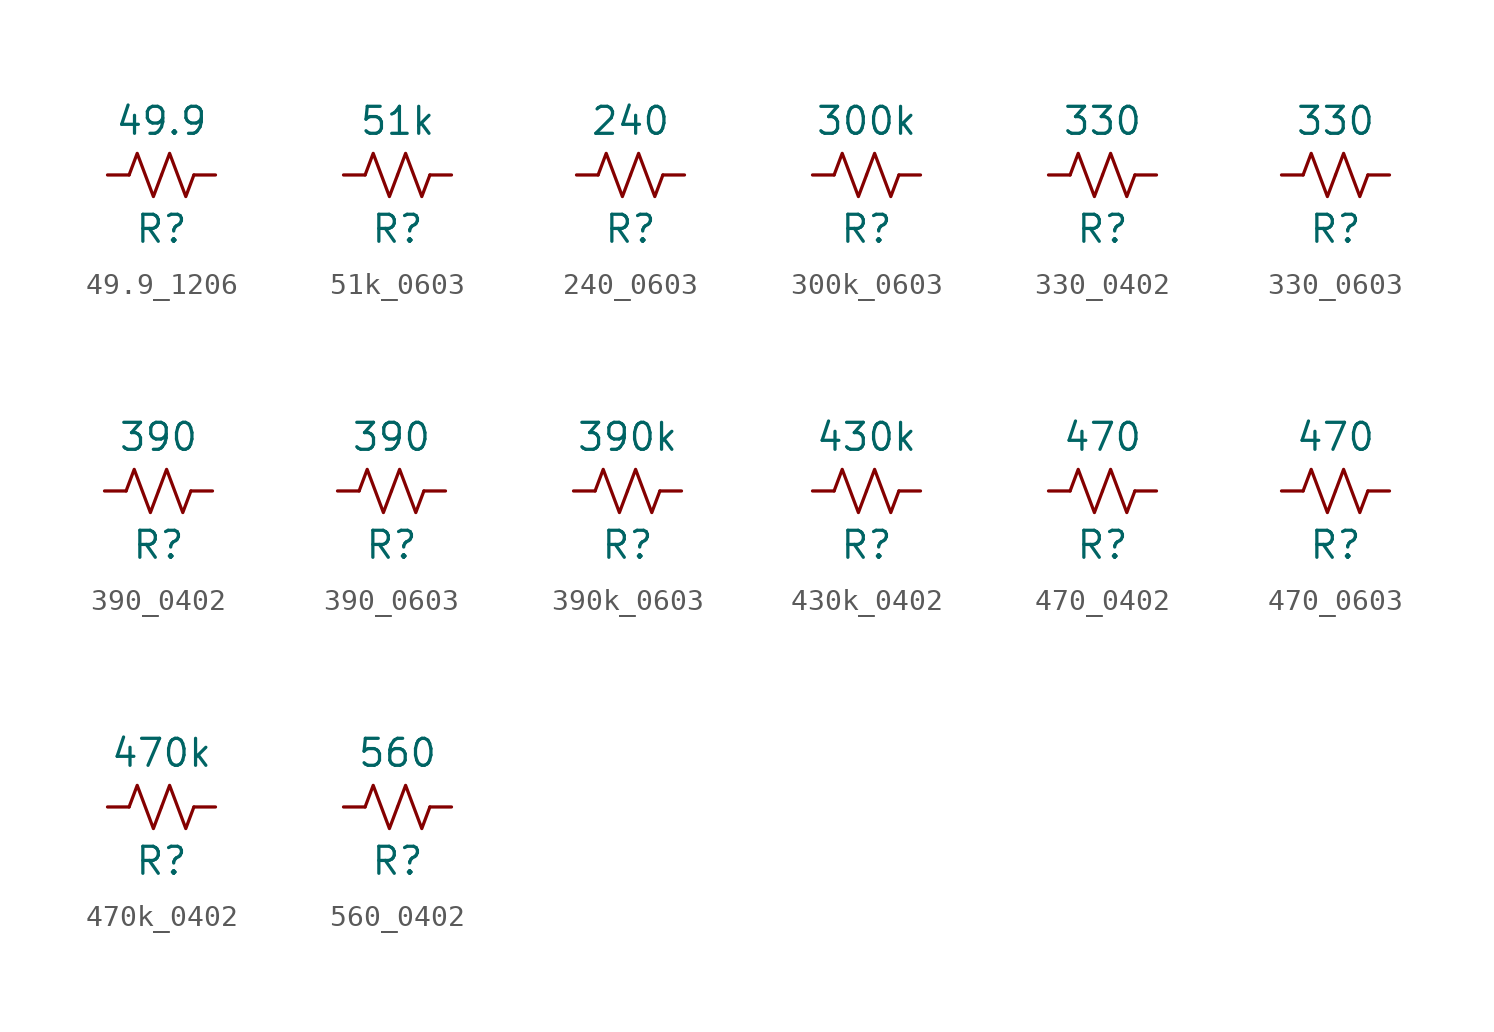
<source format=kicad_sym>
(kicad_symbol_lib
  (version 20241209)
  (generator "kicad_symbol_editor")
  (generator_version "9.0")
  (symbol "49.9_1206"
    (pin_numbers
      (hide yes))
    (pin_names
      (offset 0))
    (property "Reference" "R"
      (at 0 -2.54 0)
      (effects (font (size 1.27 1.27))))
    (property "Value" "49.9"
      (at 0 2.54 0)
      (effects (font (size 1.27 1.27))))
    (symbol "49.9_1206_0_1"
      (polyline (pts (xy -1.524 0) (xy -1.143 1.016) (xy -0.762 0) (xy -0.381 -1.016) (xy 0 0)) (stroke (width 0) (type default)) (fill (type none)))
      (polyline (pts (xy 0 0) (xy 0.381 1.016) (xy 0.762 0) (xy 1.143 -1.016) (xy 1.524 0)) (stroke (width 0) (type default)) (fill (type none))))
    (symbol "49.9_1206_1_1"
      (pin passive line (at -2.54 0 0) (length 1.016) (name "~" (effects (font (size 1.27 1.27)))) (number "1" (effects (font (size 1.27 1.27)))))
      (pin passive line (at 2.54 0 180) (length 1.016) (name "~" (effects (font (size 1.27 1.27)))) (number "2" (effects (font (size 1.27 1.27)))))))
  (symbol "51k_0603"
    (pin_numbers
      (hide yes))
    (pin_names
      (offset 0))
    (property "Reference" "R"
      (at 0 -2.54 0)
      (effects (font (size 1.27 1.27))))
    (property "Value" "51k"
      (at 0 2.54 0)
      (effects (font (size 1.27 1.27))))
    (symbol "51k_0603_0_1"
      (polyline (pts (xy -1.524 0) (xy -1.143 1.016) (xy -0.762 0) (xy -0.381 -1.016) (xy 0 0)) (stroke (width 0) (type default)) (fill (type none)))
      (polyline (pts (xy 0 0) (xy 0.381 1.016) (xy 0.762 0) (xy 1.143 -1.016) (xy 1.524 0)) (stroke (width 0) (type default)) (fill (type none))))
    (symbol "51k_0603_1_1"
      (pin passive line (at -2.54 0 0) (length 1.016) (name "~" (effects (font (size 1.27 1.27)))) (number "1" (effects (font (size 1.27 1.27)))))
      (pin passive line (at 2.54 0 180) (length 1.016) (name "~" (effects (font (size 1.27 1.27)))) (number "2" (effects (font (size 1.27 1.27)))))))
  (symbol "240_0603"
    (pin_numbers
      (hide yes))
    (pin_names
      (offset 0))
    (property "Reference" "R"
      (at 0 -2.54 0)
      (effects (font (size 1.27 1.27))))
    (property "Value" "240"
      (at 0 2.54 0)
      (effects (font (size 1.27 1.27))))
    (symbol "240_0603_0_1"
      (polyline (pts (xy -1.524 0) (xy -1.143 1.016) (xy -0.762 0) (xy -0.381 -1.016) (xy 0 0)) (stroke (width 0) (type default)) (fill (type none)))
      (polyline (pts (xy 0 0) (xy 0.381 1.016) (xy 0.762 0) (xy 1.143 -1.016) (xy 1.524 0)) (stroke (width 0) (type default)) (fill (type none))))
    (symbol "240_0603_1_1"
      (pin passive line (at -2.54 0 0) (length 1.016) (name "~" (effects (font (size 1.27 1.27)))) (number "1" (effects (font (size 1.27 1.27)))))
      (pin passive line (at 2.54 0 180) (length 1.016) (name "~" (effects (font (size 1.27 1.27)))) (number "2" (effects (font (size 1.27 1.27)))))))
  (symbol "300k_0603"
    (pin_numbers
      (hide yes))
    (pin_names
      (offset 0))
    (property "Reference" "R"
      (at 0 -2.54 0)
      (effects (font (size 1.27 1.27))))
    (property "Value" "300k"
      (at 0 2.54 0)
      (effects (font (size 1.27 1.27))))
    (symbol "300k_0603_0_1"
      (polyline (pts (xy -1.524 0) (xy -1.143 1.016) (xy -0.762 0) (xy -0.381 -1.016) (xy 0 0)) (stroke (width 0) (type default)) (fill (type none)))
      (polyline (pts (xy 0 0) (xy 0.381 1.016) (xy 0.762 0) (xy 1.143 -1.016) (xy 1.524 0)) (stroke (width 0) (type default)) (fill (type none))))
    (symbol "300k_0603_1_1"
      (pin passive line (at -2.54 0 0) (length 1.016) (name "~" (effects (font (size 1.27 1.27)))) (number "1" (effects (font (size 1.27 1.27)))))
      (pin passive line (at 2.54 0 180) (length 1.016) (name "~" (effects (font (size 1.27 1.27)))) (number "2" (effects (font (size 1.27 1.27)))))))
  (symbol "330_0402"
    (pin_numbers
      (hide yes))
    (pin_names
      (offset 0))
    (property "Reference" "R"
      (at 0 -2.54 0)
      (effects (font (size 1.27 1.27))))
    (property "Value" "330"
      (at 0 2.54 0)
      (effects (font (size 1.27 1.27))))
    (symbol "330_0402_0_1"
      (polyline (pts (xy -1.524 0) (xy -1.143 1.016) (xy -0.762 0) (xy -0.381 -1.016) (xy 0 0)) (stroke (width 0) (type default)) (fill (type none)))
      (polyline (pts (xy 0 0) (xy 0.381 1.016) (xy 0.762 0) (xy 1.143 -1.016) (xy 1.524 0)) (stroke (width 0) (type default)) (fill (type none))))
    (symbol "330_0402_1_1"
      (pin passive line (at -2.54 0 0) (length 1.016) (name "~" (effects (font (size 1.27 1.27)))) (number "1" (effects (font (size 1.27 1.27)))))
      (pin passive line (at 2.54 0 180) (length 1.016) (name "~" (effects (font (size 1.27 1.27)))) (number "2" (effects (font (size 1.27 1.27)))))))
  (symbol "330_0603"
    (pin_numbers
      (hide yes))
    (pin_names
      (offset 0))
    (property "Reference" "R"
      (at 0 -2.54 0)
      (effects (font (size 1.27 1.27))))
    (property "Value" "330"
      (at 0 2.54 0)
      (effects (font (size 1.27 1.27))))
    (symbol "330_0603_0_1"
      (polyline (pts (xy -1.524 0) (xy -1.143 1.016) (xy -0.762 0) (xy -0.381 -1.016) (xy 0 0)) (stroke (width 0) (type default)) (fill (type none)))
      (polyline (pts (xy 0 0) (xy 0.381 1.016) (xy 0.762 0) (xy 1.143 -1.016) (xy 1.524 0)) (stroke (width 0) (type default)) (fill (type none))))
    (symbol "330_0603_1_1"
      (pin passive line (at -2.54 0 0) (length 1.016) (name "~" (effects (font (size 1.27 1.27)))) (number "1" (effects (font (size 1.27 1.27)))))
      (pin passive line (at 2.54 0 180) (length 1.016) (name "~" (effects (font (size 1.27 1.27)))) (number "2" (effects (font (size 1.27 1.27)))))))
  (symbol "390_0402"
    (pin_numbers
      (hide yes))
    (pin_names
      (offset 0))
    (property "Reference" "R"
      (at 0 -2.54 0)
      (effects (font (size 1.27 1.27))))
    (property "Value" "390"
      (at 0 2.54 0)
      (effects (font (size 1.27 1.27))))
    (symbol "390_0402_0_1"
      (polyline (pts (xy -1.524 0) (xy -1.143 1.016) (xy -0.762 0) (xy -0.381 -1.016) (xy 0 0)) (stroke (width 0) (type default)) (fill (type none)))
      (polyline (pts (xy 0 0) (xy 0.381 1.016) (xy 0.762 0) (xy 1.143 -1.016) (xy 1.524 0)) (stroke (width 0) (type default)) (fill (type none))))
    (symbol "390_0402_1_1"
      (pin passive line (at -2.54 0 0) (length 1.016) (name "~" (effects (font (size 1.27 1.27)))) (number "1" (effects (font (size 1.27 1.27)))))
      (pin passive line (at 2.54 0 180) (length 1.016) (name "~" (effects (font (size 1.27 1.27)))) (number "2" (effects (font (size 1.27 1.27)))))))
  (symbol "390_0603"
    (pin_numbers
      (hide yes))
    (pin_names
      (offset 0))
    (property "Reference" "R"
      (at 0 -2.54 0)
      (effects (font (size 1.27 1.27))))
    (property "Value" "390"
      (at 0 2.54 0)
      (effects (font (size 1.27 1.27))))
    (symbol "390_0603_0_1"
      (polyline (pts (xy -1.524 0) (xy -1.143 1.016) (xy -0.762 0) (xy -0.381 -1.016) (xy 0 0)) (stroke (width 0) (type default)) (fill (type none)))
      (polyline (pts (xy 0 0) (xy 0.381 1.016) (xy 0.762 0) (xy 1.143 -1.016) (xy 1.524 0)) (stroke (width 0) (type default)) (fill (type none))))
    (symbol "390_0603_1_1"
      (pin passive line (at -2.54 0 0) (length 1.016) (name "~" (effects (font (size 1.27 1.27)))) (number "1" (effects (font (size 1.27 1.27)))))
      (pin passive line (at 2.54 0 180) (length 1.016) (name "~" (effects (font (size 1.27 1.27)))) (number "2" (effects (font (size 1.27 1.27)))))))
  (symbol "390k_0603"
    (pin_numbers
      (hide yes))
    (pin_names
      (offset 0))
    (property "Reference" "R"
      (at 0 -2.54 0)
      (effects (font (size 1.27 1.27))))
    (property "Value" "390k"
      (at 0 2.54 0)
      (effects (font (size 1.27 1.27))))
    (symbol "390k_0603_0_1"
      (polyline (pts (xy -1.524 0) (xy -1.143 1.016) (xy -0.762 0) (xy -0.381 -1.016) (xy 0 0)) (stroke (width 0) (type default)) (fill (type none)))
      (polyline (pts (xy 0 0) (xy 0.381 1.016) (xy 0.762 0) (xy 1.143 -1.016) (xy 1.524 0)) (stroke (width 0) (type default)) (fill (type none))))
    (symbol "390k_0603_1_1"
      (pin passive line (at -2.54 0 0) (length 1.016) (name "~" (effects (font (size 1.27 1.27)))) (number "1" (effects (font (size 1.27 1.27)))))
      (pin passive line (at 2.54 0 180) (length 1.016) (name "~" (effects (font (size 1.27 1.27)))) (number "2" (effects (font (size 1.27 1.27)))))))
  (symbol "430k_0402"
    (pin_numbers
      (hide yes))
    (pin_names
      (offset 0))
    (property "Reference" "R"
      (at 0 -2.54 0)
      (effects (font (size 1.27 1.27))))
    (property "Value" "430k"
      (at 0 2.54 0)
      (effects (font (size 1.27 1.27))))
    (symbol "430k_0402_0_1"
      (polyline (pts (xy -1.524 0) (xy -1.143 1.016) (xy -0.762 0) (xy -0.381 -1.016) (xy 0 0)) (stroke (width 0) (type default)) (fill (type none)))
      (polyline (pts (xy 0 0) (xy 0.381 1.016) (xy 0.762 0) (xy 1.143 -1.016) (xy 1.524 0)) (stroke (width 0) (type default)) (fill (type none))))
    (symbol "430k_0402_1_1"
      (pin passive line (at -2.54 0 0) (length 1.016) (name "~" (effects (font (size 1.27 1.27)))) (number "1" (effects (font (size 1.27 1.27)))))
      (pin passive line (at 2.54 0 180) (length 1.016) (name "~" (effects (font (size 1.27 1.27)))) (number "2" (effects (font (size 1.27 1.27)))))))
  (symbol "470_0402"
    (pin_numbers
      (hide yes))
    (pin_names
      (offset 0))
    (property "Reference" "R"
      (at 0 -2.54 0)
      (effects (font (size 1.27 1.27))))
    (property "Value" "470"
      (at 0 2.54 0)
      (effects (font (size 1.27 1.27))))
    (symbol "470_0402_0_1"
      (polyline (pts (xy -1.524 0) (xy -1.143 1.016) (xy -0.762 0) (xy -0.381 -1.016) (xy 0 0)) (stroke (width 0) (type default)) (fill (type none)))
      (polyline (pts (xy 0 0) (xy 0.381 1.016) (xy 0.762 0) (xy 1.143 -1.016) (xy 1.524 0)) (stroke (width 0) (type default)) (fill (type none))))
    (symbol "470_0402_1_1"
      (pin passive line (at -2.54 0 0) (length 1.016) (name "~" (effects (font (size 1.27 1.27)))) (number "1" (effects (font (size 1.27 1.27)))))
      (pin passive line (at 2.54 0 180) (length 1.016) (name "~" (effects (font (size 1.27 1.27)))) (number "2" (effects (font (size 1.27 1.27)))))))
  (symbol "470_0603"
    (pin_numbers
      (hide yes))
    (pin_names
      (offset 0))
    (property "Reference" "R"
      (at 0 -2.54 0)
      (effects (font (size 1.27 1.27))))
    (property "Value" "470"
      (at 0 2.54 0)
      (effects (font (size 1.27 1.27))))
    (symbol "470_0603_0_1"
      (polyline (pts (xy -1.524 0) (xy -1.143 1.016) (xy -0.762 0) (xy -0.381 -1.016) (xy 0 0)) (stroke (width 0) (type default)) (fill (type none)))
      (polyline (pts (xy 0 0) (xy 0.381 1.016) (xy 0.762 0) (xy 1.143 -1.016) (xy 1.524 0)) (stroke (width 0) (type default)) (fill (type none))))
    (symbol "470_0603_1_1"
      (pin passive line (at -2.54 0 0) (length 1.016) (name "~" (effects (font (size 1.27 1.27)))) (number "1" (effects (font (size 1.27 1.27)))))
      (pin passive line (at 2.54 0 180) (length 1.016) (name "~" (effects (font (size 1.27 1.27)))) (number "2" (effects (font (size 1.27 1.27)))))))
  (symbol "470k_0402"
    (pin_numbers
      (hide yes))
    (pin_names
      (offset 0))
    (property "Reference" "R"
      (at 0 -2.54 0)
      (effects (font (size 1.27 1.27))))
    (property "Value" "470k"
      (at 0 2.54 0)
      (effects (font (size 1.27 1.27))))
    (symbol "470k_0402_0_1"
      (polyline (pts (xy -1.524 0) (xy -1.143 1.016) (xy -0.762 0) (xy -0.381 -1.016) (xy 0 0)) (stroke (width 0) (type default)) (fill (type none)))
      (polyline (pts (xy 0 0) (xy 0.381 1.016) (xy 0.762 0) (xy 1.143 -1.016) (xy 1.524 0)) (stroke (width 0) (type default)) (fill (type none))))
    (symbol "470k_0402_1_1"
      (pin passive line (at -2.54 0 0) (length 1.016) (name "~" (effects (font (size 1.27 1.27)))) (number "1" (effects (font (size 1.27 1.27)))))
      (pin passive line (at 2.54 0 180) (length 1.016) (name "~" (effects (font (size 1.27 1.27)))) (number "2" (effects (font (size 1.27 1.27)))))))
  (symbol "560_0402"
    (pin_numbers
      (hide yes))
    (pin_names
      (offset 0))
    (property "Reference" "R"
      (at 0 -2.54 0)
      (effects (font (size 1.27 1.27))))
    (property "Value" "560"
      (at 0 2.54 0)
      (effects (font (size 1.27 1.27))))
    (symbol "560_0402_0_1"
      (polyline (pts (xy -1.524 0) (xy -1.143 1.016) (xy -0.762 0) (xy -0.381 -1.016) (xy 0 0)) (stroke (width 0) (type default)) (fill (type none)))
      (polyline (pts (xy 0 0) (xy 0.381 1.016) (xy 0.762 0) (xy 1.143 -1.016) (xy 1.524 0)) (stroke (width 0) (type default)) (fill (type none))))
    (symbol "560_0402_1_1"
      (pin passive line (at -2.54 0 0) (length 1.016) (name "~" (effects (font (size 1.27 1.27)))) (number "1" (effects (font (size 1.27 1.27)))))
      (pin passive line (at 2.54 0 180) (length 1.016) (name "~" (effects (font (size 1.27 1.27)))) (number "2" (effects (font (size 1.27 1.27))))))))
</source>
